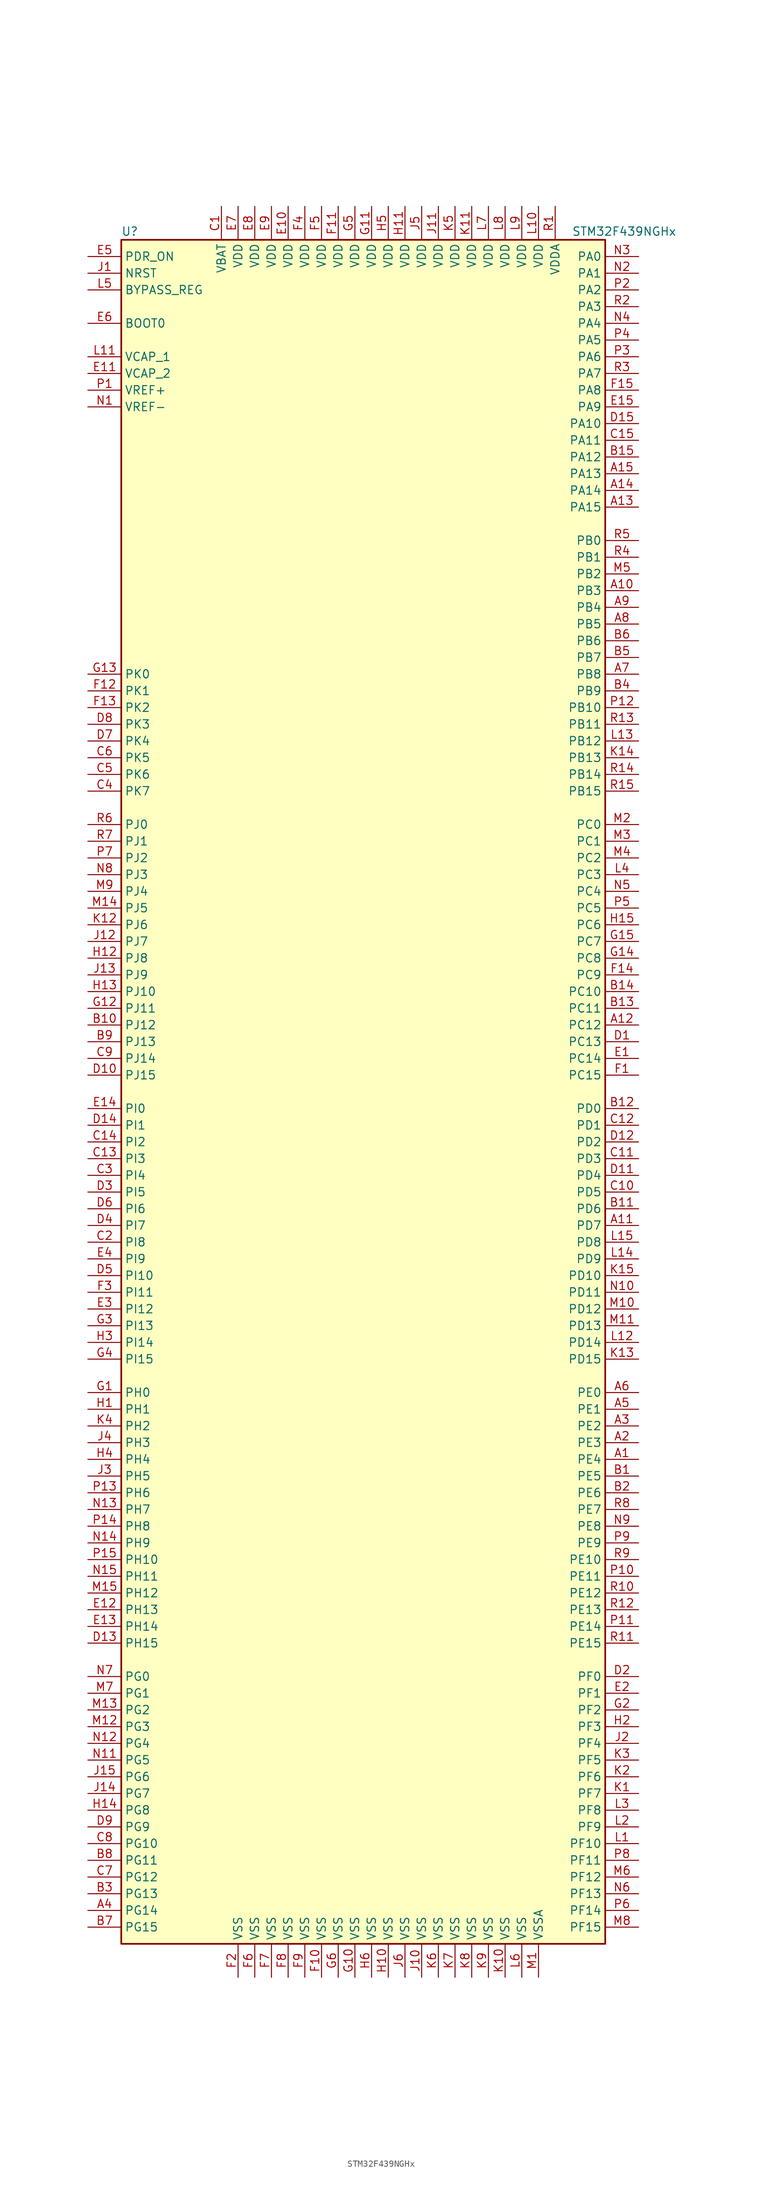
<source format=kicad_sym>
(kicad_symbol_lib
  (version 20201005)
  (generator kicad_symbol_editor)
  (symbol "STM32F439NGHx"
    (property "Reference" "U"
      (at -38.1 130.81 0)
      (effects (font (size 1.27 1.27)) (justify left)))
    (property "Value" "STM32F439NGHx"
      (at 30.48 130.81 0)
      (effects (font (size 1.27 1.27)) (justify left)))
    (symbol "STM32F439NGHx_0_1"
      (rectangle (start -38.1 -129.54) (end 35.56 129.54) (stroke (width 0.254)) (fill (type background))))
    (symbol "STM32F439NGHx_1_1"
      (pin input line (at -43.18 116.84 0) (length 5.08) (name "BOOT0" (effects (font (size 1.27 1.27)))) (number "E6" (effects (font (size 1.27 1.27)))))
      (pin input line (at -43.18 121.92 0) (length 5.08) (name "BYPASS_REG" (effects (font (size 1.27 1.27)))) (number "L5" (effects (font (size 1.27 1.27)))))
      (pin input line (at -43.18 124.46 0) (length 5.08) (name "NRST" (effects (font (size 1.27 1.27)))) (number "J1" (effects (font (size 1.27 1.27)))))
      (pin bidirectional line (at 40.64 127 180) (length 5.08) (name "PA0" (effects (font (size 1.27 1.27)))) (number "N3" (effects (font (size 1.27 1.27)))))
      (pin bidirectional line (at 40.64 124.46 180) (length 5.08) (name "PA1" (effects (font (size 1.27 1.27)))) (number "N2" (effects (font (size 1.27 1.27)))))
      (pin bidirectional line (at 40.64 101.6 180) (length 5.08) (name "PA10" (effects (font (size 1.27 1.27)))) (number "D15" (effects (font (size 1.27 1.27)))))
      (pin bidirectional line (at 40.64 99.06 180) (length 5.08) (name "PA11" (effects (font (size 1.27 1.27)))) (number "C15" (effects (font (size 1.27 1.27)))))
      (pin bidirectional line (at 40.64 96.52 180) (length 5.08) (name "PA12" (effects (font (size 1.27 1.27)))) (number "B15" (effects (font (size 1.27 1.27)))))
      (pin bidirectional line (at 40.64 93.98 180) (length 5.08) (name "PA13" (effects (font (size 1.27 1.27)))) (number "A15" (effects (font (size 1.27 1.27)))))
      (pin bidirectional line (at 40.64 91.44 180) (length 5.08) (name "PA14" (effects (font (size 1.27 1.27)))) (number "A14" (effects (font (size 1.27 1.27)))))
      (pin bidirectional line (at 40.64 88.9 180) (length 5.08) (name "PA15" (effects (font (size 1.27 1.27)))) (number "A13" (effects (font (size 1.27 1.27)))))
      (pin bidirectional line (at 40.64 121.92 180) (length 5.08) (name "PA2" (effects (font (size 1.27 1.27)))) (number "P2" (effects (font (size 1.27 1.27)))))
      (pin bidirectional line (at 40.64 119.38 180) (length 5.08) (name "PA3" (effects (font (size 1.27 1.27)))) (number "R2" (effects (font (size 1.27 1.27)))))
      (pin bidirectional line (at 40.64 116.84 180) (length 5.08) (name "PA4" (effects (font (size 1.27 1.27)))) (number "N4" (effects (font (size 1.27 1.27)))))
      (pin bidirectional line (at 40.64 114.3 180) (length 5.08) (name "PA5" (effects (font (size 1.27 1.27)))) (number "P4" (effects (font (size 1.27 1.27)))))
      (pin bidirectional line (at 40.64 111.76 180) (length 5.08) (name "PA6" (effects (font (size 1.27 1.27)))) (number "P3" (effects (font (size 1.27 1.27)))))
      (pin bidirectional line (at 40.64 109.22 180) (length 5.08) (name "PA7" (effects (font (size 1.27 1.27)))) (number "R3" (effects (font (size 1.27 1.27)))))
      (pin bidirectional line (at 40.64 106.68 180) (length 5.08) (name "PA8" (effects (font (size 1.27 1.27)))) (number "F15" (effects (font (size 1.27 1.27)))))
      (pin bidirectional line (at 40.64 104.14 180) (length 5.08) (name "PA9" (effects (font (size 1.27 1.27)))) (number "E15" (effects (font (size 1.27 1.27)))))
      (pin bidirectional line (at 40.64 83.82 180) (length 5.08) (name "PB0" (effects (font (size 1.27 1.27)))) (number "R5" (effects (font (size 1.27 1.27)))))
      (pin bidirectional line (at 40.64 81.28 180) (length 5.08) (name "PB1" (effects (font (size 1.27 1.27)))) (number "R4" (effects (font (size 1.27 1.27)))))
      (pin bidirectional line (at 40.64 58.42 180) (length 5.08) (name "PB10" (effects (font (size 1.27 1.27)))) (number "P12" (effects (font (size 1.27 1.27)))))
      (pin bidirectional line (at 40.64 55.88 180) (length 5.08) (name "PB11" (effects (font (size 1.27 1.27)))) (number "R13" (effects (font (size 1.27 1.27)))))
      (pin bidirectional line (at 40.64 53.34 180) (length 5.08) (name "PB12" (effects (font (size 1.27 1.27)))) (number "L13" (effects (font (size 1.27 1.27)))))
      (pin bidirectional line (at 40.64 50.8 180) (length 5.08) (name "PB13" (effects (font (size 1.27 1.27)))) (number "K14" (effects (font (size 1.27 1.27)))))
      (pin bidirectional line (at 40.64 48.26 180) (length 5.08) (name "PB14" (effects (font (size 1.27 1.27)))) (number "R14" (effects (font (size 1.27 1.27)))))
      (pin bidirectional line (at 40.64 45.72 180) (length 5.08) (name "PB15" (effects (font (size 1.27 1.27)))) (number "R15" (effects (font (size 1.27 1.27)))))
      (pin bidirectional line (at 40.64 78.74 180) (length 5.08) (name "PB2" (effects (font (size 1.27 1.27)))) (number "M5" (effects (font (size 1.27 1.27)))))
      (pin bidirectional line (at 40.64 76.2 180) (length 5.08) (name "PB3" (effects (font (size 1.27 1.27)))) (number "A10" (effects (font (size 1.27 1.27)))))
      (pin bidirectional line (at 40.64 73.66 180) (length 5.08) (name "PB4" (effects (font (size 1.27 1.27)))) (number "A9" (effects (font (size 1.27 1.27)))))
      (pin bidirectional line (at 40.64 71.12 180) (length 5.08) (name "PB5" (effects (font (size 1.27 1.27)))) (number "A8" (effects (font (size 1.27 1.27)))))
      (pin bidirectional line (at 40.64 68.58 180) (length 5.08) (name "PB6" (effects (font (size 1.27 1.27)))) (number "B6" (effects (font (size 1.27 1.27)))))
      (pin bidirectional line (at 40.64 66.04 180) (length 5.08) (name "PB7" (effects (font (size 1.27 1.27)))) (number "B5" (effects (font (size 1.27 1.27)))))
      (pin bidirectional line (at 40.64 63.5 180) (length 5.08) (name "PB8" (effects (font (size 1.27 1.27)))) (number "A7" (effects (font (size 1.27 1.27)))))
      (pin bidirectional line (at 40.64 60.96 180) (length 5.08) (name "PB9" (effects (font (size 1.27 1.27)))) (number "B4" (effects (font (size 1.27 1.27)))))
      (pin bidirectional line (at 40.64 40.64 180) (length 5.08) (name "PC0" (effects (font (size 1.27 1.27)))) (number "M2" (effects (font (size 1.27 1.27)))))
      (pin bidirectional line (at 40.64 38.1 180) (length 5.08) (name "PC1" (effects (font (size 1.27 1.27)))) (number "M3" (effects (font (size 1.27 1.27)))))
      (pin bidirectional line (at 40.64 15.24 180) (length 5.08) (name "PC10" (effects (font (size 1.27 1.27)))) (number "B14" (effects (font (size 1.27 1.27)))))
      (pin bidirectional line (at 40.64 12.7 180) (length 5.08) (name "PC11" (effects (font (size 1.27 1.27)))) (number "B13" (effects (font (size 1.27 1.27)))))
      (pin bidirectional line (at 40.64 10.16 180) (length 5.08) (name "PC12" (effects (font (size 1.27 1.27)))) (number "A12" (effects (font (size 1.27 1.27)))))
      (pin bidirectional line (at 40.64 7.62 180) (length 5.08) (name "PC13" (effects (font (size 1.27 1.27)))) (number "D1" (effects (font (size 1.27 1.27)))))
      (pin bidirectional line (at 40.64 5.08 180) (length 5.08) (name "PC14" (effects (font (size 1.27 1.27)))) (number "E1" (effects (font (size 1.27 1.27)))))
      (pin bidirectional line (at 40.64 2.54 180) (length 5.08) (name "PC15" (effects (font (size 1.27 1.27)))) (number "F1" (effects (font (size 1.27 1.27)))))
      (pin bidirectional line (at 40.64 35.56 180) (length 5.08) (name "PC2" (effects (font (size 1.27 1.27)))) (number "M4" (effects (font (size 1.27 1.27)))))
      (pin bidirectional line (at 40.64 33.02 180) (length 5.08) (name "PC3" (effects (font (size 1.27 1.27)))) (number "L4" (effects (font (size 1.27 1.27)))))
      (pin bidirectional line (at 40.64 30.48 180) (length 5.08) (name "PC4" (effects (font (size 1.27 1.27)))) (number "N5" (effects (font (size 1.27 1.27)))))
      (pin bidirectional line (at 40.64 27.94 180) (length 5.08) (name "PC5" (effects (font (size 1.27 1.27)))) (number "P5" (effects (font (size 1.27 1.27)))))
      (pin bidirectional line (at 40.64 25.4 180) (length 5.08) (name "PC6" (effects (font (size 1.27 1.27)))) (number "H15" (effects (font (size 1.27 1.27)))))
      (pin bidirectional line (at 40.64 22.86 180) (length 5.08) (name "PC7" (effects (font (size 1.27 1.27)))) (number "G15" (effects (font (size 1.27 1.27)))))
      (pin bidirectional line (at 40.64 20.32 180) (length 5.08) (name "PC8" (effects (font (size 1.27 1.27)))) (number "G14" (effects (font (size 1.27 1.27)))))
      (pin bidirectional line (at 40.64 17.78 180) (length 5.08) (name "PC9" (effects (font (size 1.27 1.27)))) (number "F14" (effects (font (size 1.27 1.27)))))
      (pin bidirectional line (at 40.64 -2.54 180) (length 5.08) (name "PD0" (effects (font (size 1.27 1.27)))) (number "B12" (effects (font (size 1.27 1.27)))))
      (pin bidirectional line (at 40.64 -5.08 180) (length 5.08) (name "PD1" (effects (font (size 1.27 1.27)))) (number "C12" (effects (font (size 1.27 1.27)))))
      (pin bidirectional line (at 40.64 -27.94 180) (length 5.08) (name "PD10" (effects (font (size 1.27 1.27)))) (number "K15" (effects (font (size 1.27 1.27)))))
      (pin bidirectional line (at 40.64 -30.48 180) (length 5.08) (name "PD11" (effects (font (size 1.27 1.27)))) (number "N10" (effects (font (size 1.27 1.27)))))
      (pin bidirectional line (at 40.64 -33.02 180) (length 5.08) (name "PD12" (effects (font (size 1.27 1.27)))) (number "M10" (effects (font (size 1.27 1.27)))))
      (pin bidirectional line (at 40.64 -35.56 180) (length 5.08) (name "PD13" (effects (font (size 1.27 1.27)))) (number "M11" (effects (font (size 1.27 1.27)))))
      (pin bidirectional line (at 40.64 -38.1 180) (length 5.08) (name "PD14" (effects (font (size 1.27 1.27)))) (number "L12" (effects (font (size 1.27 1.27)))))
      (pin bidirectional line (at 40.64 -40.64 180) (length 5.08) (name "PD15" (effects (font (size 1.27 1.27)))) (number "K13" (effects (font (size 1.27 1.27)))))
      (pin bidirectional line (at 40.64 -7.62 180) (length 5.08) (name "PD2" (effects (font (size 1.27 1.27)))) (number "D12" (effects (font (size 1.27 1.27)))))
      (pin bidirectional line (at 40.64 -10.16 180) (length 5.08) (name "PD3" (effects (font (size 1.27 1.27)))) (number "C11" (effects (font (size 1.27 1.27)))))
      (pin bidirectional line (at 40.64 -12.7 180) (length 5.08) (name "PD4" (effects (font (size 1.27 1.27)))) (number "D11" (effects (font (size 1.27 1.27)))))
      (pin bidirectional line (at 40.64 -15.24 180) (length 5.08) (name "PD5" (effects (font (size 1.27 1.27)))) (number "C10" (effects (font (size 1.27 1.27)))))
      (pin bidirectional line (at 40.64 -17.78 180) (length 5.08) (name "PD6" (effects (font (size 1.27 1.27)))) (number "B11" (effects (font (size 1.27 1.27)))))
      (pin bidirectional line (at 40.64 -20.32 180) (length 5.08) (name "PD7" (effects (font (size 1.27 1.27)))) (number "A11" (effects (font (size 1.27 1.27)))))
      (pin bidirectional line (at 40.64 -22.86 180) (length 5.08) (name "PD8" (effects (font (size 1.27 1.27)))) (number "L15" (effects (font (size 1.27 1.27)))))
      (pin bidirectional line (at 40.64 -25.4 180) (length 5.08) (name "PD9" (effects (font (size 1.27 1.27)))) (number "L14" (effects (font (size 1.27 1.27)))))
      (pin input line (at -43.18 127 0) (length 5.08) (name "PDR_ON" (effects (font (size 1.27 1.27)))) (number "E5" (effects (font (size 1.27 1.27)))))
      (pin bidirectional line (at 40.64 -45.72 180) (length 5.08) (name "PE0" (effects (font (size 1.27 1.27)))) (number "A6" (effects (font (size 1.27 1.27)))))
      (pin bidirectional line (at 40.64 -48.26 180) (length 5.08) (name "PE1" (effects (font (size 1.27 1.27)))) (number "A5" (effects (font (size 1.27 1.27)))))
      (pin bidirectional line (at 40.64 -71.12 180) (length 5.08) (name "PE10" (effects (font (size 1.27 1.27)))) (number "R9" (effects (font (size 1.27 1.27)))))
      (pin bidirectional line (at 40.64 -73.66 180) (length 5.08) (name "PE11" (effects (font (size 1.27 1.27)))) (number "P10" (effects (font (size 1.27 1.27)))))
      (pin bidirectional line (at 40.64 -76.2 180) (length 5.08) (name "PE12" (effects (font (size 1.27 1.27)))) (number "R10" (effects (font (size 1.27 1.27)))))
      (pin bidirectional line (at 40.64 -78.74 180) (length 5.08) (name "PE13" (effects (font (size 1.27 1.27)))) (number "R12" (effects (font (size 1.27 1.27)))))
      (pin bidirectional line (at 40.64 -81.28 180) (length 5.08) (name "PE14" (effects (font (size 1.27 1.27)))) (number "P11" (effects (font (size 1.27 1.27)))))
      (pin bidirectional line (at 40.64 -83.82 180) (length 5.08) (name "PE15" (effects (font (size 1.27 1.27)))) (number "R11" (effects (font (size 1.27 1.27)))))
      (pin bidirectional line (at 40.64 -50.8 180) (length 5.08) (name "PE2" (effects (font (size 1.27 1.27)))) (number "A3" (effects (font (size 1.27 1.27)))))
      (pin bidirectional line (at 40.64 -53.34 180) (length 5.08) (name "PE3" (effects (font (size 1.27 1.27)))) (number "A2" (effects (font (size 1.27 1.27)))))
      (pin bidirectional line (at 40.64 -55.88 180) (length 5.08) (name "PE4" (effects (font (size 1.27 1.27)))) (number "A1" (effects (font (size 1.27 1.27)))))
      (pin bidirectional line (at 40.64 -58.42 180) (length 5.08) (name "PE5" (effects (font (size 1.27 1.27)))) (number "B1" (effects (font (size 1.27 1.27)))))
      (pin bidirectional line (at 40.64 -60.96 180) (length 5.08) (name "PE6" (effects (font (size 1.27 1.27)))) (number "B2" (effects (font (size 1.27 1.27)))))
      (pin bidirectional line (at 40.64 -63.5 180) (length 5.08) (name "PE7" (effects (font (size 1.27 1.27)))) (number "R8" (effects (font (size 1.27 1.27)))))
      (pin bidirectional line (at 40.64 -66.04 180) (length 5.08) (name "PE8" (effects (font (size 1.27 1.27)))) (number "N9" (effects (font (size 1.27 1.27)))))
      (pin bidirectional line (at 40.64 -68.58 180) (length 5.08) (name "PE9" (effects (font (size 1.27 1.27)))) (number "P9" (effects (font (size 1.27 1.27)))))
      (pin bidirectional line (at 40.64 -88.9 180) (length 5.08) (name "PF0" (effects (font (size 1.27 1.27)))) (number "D2" (effects (font (size 1.27 1.27)))))
      (pin bidirectional line (at 40.64 -91.44 180) (length 5.08) (name "PF1" (effects (font (size 1.27 1.27)))) (number "E2" (effects (font (size 1.27 1.27)))))
      (pin bidirectional line (at 40.64 -114.3 180) (length 5.08) (name "PF10" (effects (font (size 1.27 1.27)))) (number "L1" (effects (font (size 1.27 1.27)))))
      (pin bidirectional line (at 40.64 -116.84 180) (length 5.08) (name "PF11" (effects (font (size 1.27 1.27)))) (number "P8" (effects (font (size 1.27 1.27)))))
      (pin bidirectional line (at 40.64 -119.38 180) (length 5.08) (name "PF12" (effects (font (size 1.27 1.27)))) (number "M6" (effects (font (size 1.27 1.27)))))
      (pin bidirectional line (at 40.64 -121.92 180) (length 5.08) (name "PF13" (effects (font (size 1.27 1.27)))) (number "N6" (effects (font (size 1.27 1.27)))))
      (pin bidirectional line (at 40.64 -124.46 180) (length 5.08) (name "PF14" (effects (font (size 1.27 1.27)))) (number "P6" (effects (font (size 1.27 1.27)))))
      (pin bidirectional line (at 40.64 -127 180) (length 5.08) (name "PF15" (effects (font (size 1.27 1.27)))) (number "M8" (effects (font (size 1.27 1.27)))))
      (pin bidirectional line (at 40.64 -93.98 180) (length 5.08) (name "PF2" (effects (font (size 1.27 1.27)))) (number "G2" (effects (font (size 1.27 1.27)))))
      (pin bidirectional line (at 40.64 -96.52 180) (length 5.08) (name "PF3" (effects (font (size 1.27 1.27)))) (number "H2" (effects (font (size 1.27 1.27)))))
      (pin bidirectional line (at 40.64 -99.06 180) (length 5.08) (name "PF4" (effects (font (size 1.27 1.27)))) (number "J2" (effects (font (size 1.27 1.27)))))
      (pin bidirectional line (at 40.64 -101.6 180) (length 5.08) (name "PF5" (effects (font (size 1.27 1.27)))) (number "K3" (effects (font (size 1.27 1.27)))))
      (pin bidirectional line (at 40.64 -104.14 180) (length 5.08) (name "PF6" (effects (font (size 1.27 1.27)))) (number "K2" (effects (font (size 1.27 1.27)))))
      (pin bidirectional line (at 40.64 -106.68 180) (length 5.08) (name "PF7" (effects (font (size 1.27 1.27)))) (number "K1" (effects (font (size 1.27 1.27)))))
      (pin bidirectional line (at 40.64 -109.22 180) (length 5.08) (name "PF8" (effects (font (size 1.27 1.27)))) (number "L3" (effects (font (size 1.27 1.27)))))
      (pin bidirectional line (at 40.64 -111.76 180) (length 5.08) (name "PF9" (effects (font (size 1.27 1.27)))) (number "L2" (effects (font (size 1.27 1.27)))))
      (pin bidirectional line (at -43.18 -88.9 0) (length 5.08) (name "PG0" (effects (font (size 1.27 1.27)))) (number "N7" (effects (font (size 1.27 1.27)))))
      (pin bidirectional line (at -43.18 -91.44 0) (length 5.08) (name "PG1" (effects (font (size 1.27 1.27)))) (number "M7" (effects (font (size 1.27 1.27)))))
      (pin bidirectional line (at -43.18 -114.3 0) (length 5.08) (name "PG10" (effects (font (size 1.27 1.27)))) (number "C8" (effects (font (size 1.27 1.27)))))
      (pin bidirectional line (at -43.18 -116.84 0) (length 5.08) (name "PG11" (effects (font (size 1.27 1.27)))) (number "B8" (effects (font (size 1.27 1.27)))))
      (pin bidirectional line (at -43.18 -119.38 0) (length 5.08) (name "PG12" (effects (font (size 1.27 1.27)))) (number "C7" (effects (font (size 1.27 1.27)))))
      (pin bidirectional line (at -43.18 -121.92 0) (length 5.08) (name "PG13" (effects (font (size 1.27 1.27)))) (number "B3" (effects (font (size 1.27 1.27)))))
      (pin bidirectional line (at -43.18 -124.46 0) (length 5.08) (name "PG14" (effects (font (size 1.27 1.27)))) (number "A4" (effects (font (size 1.27 1.27)))))
      (pin bidirectional line (at -43.18 -127 0) (length 5.08) (name "PG15" (effects (font (size 1.27 1.27)))) (number "B7" (effects (font (size 1.27 1.27)))))
      (pin bidirectional line (at -43.18 -93.98 0) (length 5.08) (name "PG2" (effects (font (size 1.27 1.27)))) (number "M13" (effects (font (size 1.27 1.27)))))
      (pin bidirectional line (at -43.18 -96.52 0) (length 5.08) (name "PG3" (effects (font (size 1.27 1.27)))) (number "M12" (effects (font (size 1.27 1.27)))))
      (pin bidirectional line (at -43.18 -99.06 0) (length 5.08) (name "PG4" (effects (font (size 1.27 1.27)))) (number "N12" (effects (font (size 1.27 1.27)))))
      (pin bidirectional line (at -43.18 -101.6 0) (length 5.08) (name "PG5" (effects (font (size 1.27 1.27)))) (number "N11" (effects (font (size 1.27 1.27)))))
      (pin bidirectional line (at -43.18 -104.14 0) (length 5.08) (name "PG6" (effects (font (size 1.27 1.27)))) (number "J15" (effects (font (size 1.27 1.27)))))
      (pin bidirectional line (at -43.18 -106.68 0) (length 5.08) (name "PG7" (effects (font (size 1.27 1.27)))) (number "J14" (effects (font (size 1.27 1.27)))))
      (pin bidirectional line (at -43.18 -109.22 0) (length 5.08) (name "PG8" (effects (font (size 1.27 1.27)))) (number "H14" (effects (font (size 1.27 1.27)))))
      (pin bidirectional line (at -43.18 -111.76 0) (length 5.08) (name "PG9" (effects (font (size 1.27 1.27)))) (number "D9" (effects (font (size 1.27 1.27)))))
      (pin input line (at -43.18 -45.72 0) (length 5.08) (name "PH0" (effects (font (size 1.27 1.27)))) (number "G1" (effects (font (size 1.27 1.27)))))
      (pin input line (at -43.18 -48.26 0) (length 5.08) (name "PH1" (effects (font (size 1.27 1.27)))) (number "H1" (effects (font (size 1.27 1.27)))))
      (pin bidirectional line (at -43.18 -71.12 0) (length 5.08) (name "PH10" (effects (font (size 1.27 1.27)))) (number "P15" (effects (font (size 1.27 1.27)))))
      (pin bidirectional line (at -43.18 -73.66 0) (length 5.08) (name "PH11" (effects (font (size 1.27 1.27)))) (number "N15" (effects (font (size 1.27 1.27)))))
      (pin bidirectional line (at -43.18 -76.2 0) (length 5.08) (name "PH12" (effects (font (size 1.27 1.27)))) (number "M15" (effects (font (size 1.27 1.27)))))
      (pin bidirectional line (at -43.18 -78.74 0) (length 5.08) (name "PH13" (effects (font (size 1.27 1.27)))) (number "E12" (effects (font (size 1.27 1.27)))))
      (pin bidirectional line (at -43.18 -81.28 0) (length 5.08) (name "PH14" (effects (font (size 1.27 1.27)))) (number "E13" (effects (font (size 1.27 1.27)))))
      (pin bidirectional line (at -43.18 -83.82 0) (length 5.08) (name "PH15" (effects (font (size 1.27 1.27)))) (number "D13" (effects (font (size 1.27 1.27)))))
      (pin bidirectional line (at -43.18 -50.8 0) (length 5.08) (name "PH2" (effects (font (size 1.27 1.27)))) (number "K4" (effects (font (size 1.27 1.27)))))
      (pin bidirectional line (at -43.18 -53.34 0) (length 5.08) (name "PH3" (effects (font (size 1.27 1.27)))) (number "J4" (effects (font (size 1.27 1.27)))))
      (pin bidirectional line (at -43.18 -55.88 0) (length 5.08) (name "PH4" (effects (font (size 1.27 1.27)))) (number "H4" (effects (font (size 1.27 1.27)))))
      (pin bidirectional line (at -43.18 -58.42 0) (length 5.08) (name "PH5" (effects (font (size 1.27 1.27)))) (number "J3" (effects (font (size 1.27 1.27)))))
      (pin bidirectional line (at -43.18 -60.96 0) (length 5.08) (name "PH6" (effects (font (size 1.27 1.27)))) (number "P13" (effects (font (size 1.27 1.27)))))
      (pin bidirectional line (at -43.18 -63.5 0) (length 5.08) (name "PH7" (effects (font (size 1.27 1.27)))) (number "N13" (effects (font (size 1.27 1.27)))))
      (pin bidirectional line (at -43.18 -66.04 0) (length 5.08) (name "PH8" (effects (font (size 1.27 1.27)))) (number "P14" (effects (font (size 1.27 1.27)))))
      (pin bidirectional line (at -43.18 -68.58 0) (length 5.08) (name "PH9" (effects (font (size 1.27 1.27)))) (number "N14" (effects (font (size 1.27 1.27)))))
      (pin bidirectional line (at -43.18 -2.54 0) (length 5.08) (name "PI0" (effects (font (size 1.27 1.27)))) (number "E14" (effects (font (size 1.27 1.27)))))
      (pin bidirectional line (at -43.18 -5.08 0) (length 5.08) (name "PI1" (effects (font (size 1.27 1.27)))) (number "D14" (effects (font (size 1.27 1.27)))))
      (pin bidirectional line (at -43.18 -27.94 0) (length 5.08) (name "PI10" (effects (font (size 1.27 1.27)))) (number "D5" (effects (font (size 1.27 1.27)))))
      (pin bidirectional line (at -43.18 -30.48 0) (length 5.08) (name "PI11" (effects (font (size 1.27 1.27)))) (number "F3" (effects (font (size 1.27 1.27)))))
      (pin bidirectional line (at -43.18 -33.02 0) (length 5.08) (name "PI12" (effects (font (size 1.27 1.27)))) (number "E3" (effects (font (size 1.27 1.27)))))
      (pin bidirectional line (at -43.18 -35.56 0) (length 5.08) (name "PI13" (effects (font (size 1.27 1.27)))) (number "G3" (effects (font (size 1.27 1.27)))))
      (pin bidirectional line (at -43.18 -38.1 0) (length 5.08) (name "PI14" (effects (font (size 1.27 1.27)))) (number "H3" (effects (font (size 1.27 1.27)))))
      (pin bidirectional line (at -43.18 -40.64 0) (length 5.08) (name "PI15" (effects (font (size 1.27 1.27)))) (number "G4" (effects (font (size 1.27 1.27)))))
      (pin bidirectional line (at -43.18 -7.62 0) (length 5.08) (name "PI2" (effects (font (size 1.27 1.27)))) (number "C14" (effects (font (size 1.27 1.27)))))
      (pin bidirectional line (at -43.18 -10.16 0) (length 5.08) (name "PI3" (effects (font (size 1.27 1.27)))) (number "C13" (effects (font (size 1.27 1.27)))))
      (pin bidirectional line (at -43.18 -12.7 0) (length 5.08) (name "PI4" (effects (font (size 1.27 1.27)))) (number "C3" (effects (font (size 1.27 1.27)))))
      (pin bidirectional line (at -43.18 -15.24 0) (length 5.08) (name "PI5" (effects (font (size 1.27 1.27)))) (number "D3" (effects (font (size 1.27 1.27)))))
      (pin bidirectional line (at -43.18 -17.78 0) (length 5.08) (name "PI6" (effects (font (size 1.27 1.27)))) (number "D6" (effects (font (size 1.27 1.27)))))
      (pin bidirectional line (at -43.18 -20.32 0) (length 5.08) (name "PI7" (effects (font (size 1.27 1.27)))) (number "D4" (effects (font (size 1.27 1.27)))))
      (pin bidirectional line (at -43.18 -22.86 0) (length 5.08) (name "PI8" (effects (font (size 1.27 1.27)))) (number "C2" (effects (font (size 1.27 1.27)))))
      (pin bidirectional line (at -43.18 -25.4 0) (length 5.08) (name "PI9" (effects (font (size 1.27 1.27)))) (number "E4" (effects (font (size 1.27 1.27)))))
      (pin bidirectional line (at -43.18 40.64 0) (length 5.08) (name "PJ0" (effects (font (size 1.27 1.27)))) (number "R6" (effects (font (size 1.27 1.27)))))
      (pin bidirectional line (at -43.18 38.1 0) (length 5.08) (name "PJ1" (effects (font (size 1.27 1.27)))) (number "R7" (effects (font (size 1.27 1.27)))))
      (pin bidirectional line (at -43.18 15.24 0) (length 5.08) (name "PJ10" (effects (font (size 1.27 1.27)))) (number "H13" (effects (font (size 1.27 1.27)))))
      (pin bidirectional line (at -43.18 12.7 0) (length 5.08) (name "PJ11" (effects (font (size 1.27 1.27)))) (number "G12" (effects (font (size 1.27 1.27)))))
      (pin bidirectional line (at -43.18 10.16 0) (length 5.08) (name "PJ12" (effects (font (size 1.27 1.27)))) (number "B10" (effects (font (size 1.27 1.27)))))
      (pin bidirectional line (at -43.18 7.62 0) (length 5.08) (name "PJ13" (effects (font (size 1.27 1.27)))) (number "B9" (effects (font (size 1.27 1.27)))))
      (pin bidirectional line (at -43.18 5.08 0) (length 5.08) (name "PJ14" (effects (font (size 1.27 1.27)))) (number "C9" (effects (font (size 1.27 1.27)))))
      (pin bidirectional line (at -43.18 2.54 0) (length 5.08) (name "PJ15" (effects (font (size 1.27 1.27)))) (number "D10" (effects (font (size 1.27 1.27)))))
      (pin bidirectional line (at -43.18 35.56 0) (length 5.08) (name "PJ2" (effects (font (size 1.27 1.27)))) (number "P7" (effects (font (size 1.27 1.27)))))
      (pin bidirectional line (at -43.18 33.02 0) (length 5.08) (name "PJ3" (effects (font (size 1.27 1.27)))) (number "N8" (effects (font (size 1.27 1.27)))))
      (pin bidirectional line (at -43.18 30.48 0) (length 5.08) (name "PJ4" (effects (font (size 1.27 1.27)))) (number "M9" (effects (font (size 1.27 1.27)))))
      (pin bidirectional line (at -43.18 27.94 0) (length 5.08) (name "PJ5" (effects (font (size 1.27 1.27)))) (number "M14" (effects (font (size 1.27 1.27)))))
      (pin bidirectional line (at -43.18 25.4 0) (length 5.08) (name "PJ6" (effects (font (size 1.27 1.27)))) (number "K12" (effects (font (size 1.27 1.27)))))
      (pin bidirectional line (at -43.18 22.86 0) (length 5.08) (name "PJ7" (effects (font (size 1.27 1.27)))) (number "J12" (effects (font (size 1.27 1.27)))))
      (pin bidirectional line (at -43.18 20.32 0) (length 5.08) (name "PJ8" (effects (font (size 1.27 1.27)))) (number "H12" (effects (font (size 1.27 1.27)))))
      (pin bidirectional line (at -43.18 17.78 0) (length 5.08) (name "PJ9" (effects (font (size 1.27 1.27)))) (number "J13" (effects (font (size 1.27 1.27)))))
      (pin bidirectional line (at -43.18 63.5 0) (length 5.08) (name "PK0" (effects (font (size 1.27 1.27)))) (number "G13" (effects (font (size 1.27 1.27)))))
      (pin bidirectional line (at -43.18 60.96 0) (length 5.08) (name "PK1" (effects (font (size 1.27 1.27)))) (number "F12" (effects (font (size 1.27 1.27)))))
      (pin bidirectional line (at -43.18 58.42 0) (length 5.08) (name "PK2" (effects (font (size 1.27 1.27)))) (number "F13" (effects (font (size 1.27 1.27)))))
      (pin bidirectional line (at -43.18 55.88 0) (length 5.08) (name "PK3" (effects (font (size 1.27 1.27)))) (number "D8" (effects (font (size 1.27 1.27)))))
      (pin bidirectional line (at -43.18 53.34 0) (length 5.08) (name "PK4" (effects (font (size 1.27 1.27)))) (number "D7" (effects (font (size 1.27 1.27)))))
      (pin bidirectional line (at -43.18 50.8 0) (length 5.08) (name "PK5" (effects (font (size 1.27 1.27)))) (number "C6" (effects (font (size 1.27 1.27)))))
      (pin bidirectional line (at -43.18 48.26 0) (length 5.08) (name "PK6" (effects (font (size 1.27 1.27)))) (number "C5" (effects (font (size 1.27 1.27)))))
      (pin bidirectional line (at -43.18 45.72 0) (length 5.08) (name "PK7" (effects (font (size 1.27 1.27)))) (number "C4" (effects (font (size 1.27 1.27)))))
      (pin power_in line (at -22.86 134.62 270) (length 5.08) (name "VBAT" (effects (font (size 1.27 1.27)))) (number "C1" (effects (font (size 1.27 1.27)))))
      (pin power_in line (at -43.18 111.76 0) (length 5.08) (name "VCAP_1" (effects (font (size 1.27 1.27)))) (number "L11" (effects (font (size 1.27 1.27)))))
      (pin power_in line (at -43.18 109.22 0) (length 5.08) (name "VCAP_2" (effects (font (size 1.27 1.27)))) (number "E11" (effects (font (size 1.27 1.27)))))
      (pin power_in line (at -12.7 134.62 270) (length 5.08) (name "VDD" (effects (font (size 1.27 1.27)))) (number "E10" (effects (font (size 1.27 1.27)))))
      (pin power_in line (at -20.32 134.62 270) (length 5.08) (name "VDD" (effects (font (size 1.27 1.27)))) (number "E7" (effects (font (size 1.27 1.27)))))
      (pin power_in line (at -17.78 134.62 270) (length 5.08) (name "VDD" (effects (font (size 1.27 1.27)))) (number "E8" (effects (font (size 1.27 1.27)))))
      (pin power_in line (at -15.24 134.62 270) (length 5.08) (name "VDD" (effects (font (size 1.27 1.27)))) (number "E9" (effects (font (size 1.27 1.27)))))
      (pin power_in line (at -5.08 134.62 270) (length 5.08) (name "VDD" (effects (font (size 1.27 1.27)))) (number "F11" (effects (font (size 1.27 1.27)))))
      (pin power_in line (at -10.16 134.62 270) (length 5.08) (name "VDD" (effects (font (size 1.27 1.27)))) (number "F4" (effects (font (size 1.27 1.27)))))
      (pin power_in line (at -7.62 134.62 270) (length 5.08) (name "VDD" (effects (font (size 1.27 1.27)))) (number "F5" (effects (font (size 1.27 1.27)))))
      (pin power_in line (at 0 134.62 270) (length 5.08) (name "VDD" (effects (font (size 1.27 1.27)))) (number "G11" (effects (font (size 1.27 1.27)))))
      (pin power_in line (at -2.54 134.62 270) (length 5.08) (name "VDD" (effects (font (size 1.27 1.27)))) (number "G5" (effects (font (size 1.27 1.27)))))
      (pin power_in line (at 5.08 134.62 270) (length 5.08) (name "VDD" (effects (font (size 1.27 1.27)))) (number "H11" (effects (font (size 1.27 1.27)))))
      (pin power_in line (at 2.54 134.62 270) (length 5.08) (name "VDD" (effects (font (size 1.27 1.27)))) (number "H5" (effects (font (size 1.27 1.27)))))
      (pin power_in line (at 10.16 134.62 270) (length 5.08) (name "VDD" (effects (font (size 1.27 1.27)))) (number "J11" (effects (font (size 1.27 1.27)))))
      (pin power_in line (at 7.62 134.62 270) (length 5.08) (name "VDD" (effects (font (size 1.27 1.27)))) (number "J5" (effects (font (size 1.27 1.27)))))
      (pin power_in line (at 15.24 134.62 270) (length 5.08) (name "VDD" (effects (font (size 1.27 1.27)))) (number "K11" (effects (font (size 1.27 1.27)))))
      (pin power_in line (at 12.7 134.62 270) (length 5.08) (name "VDD" (effects (font (size 1.27 1.27)))) (number "K5" (effects (font (size 1.27 1.27)))))
      (pin power_in line (at 25.4 134.62 270) (length 5.08) (name "VDD" (effects (font (size 1.27 1.27)))) (number "L10" (effects (font (size 1.27 1.27)))))
      (pin power_in line (at 17.78 134.62 270) (length 5.08) (name "VDD" (effects (font (size 1.27 1.27)))) (number "L7" (effects (font (size 1.27 1.27)))))
      (pin power_in line (at 20.32 134.62 270) (length 5.08) (name "VDD" (effects (font (size 1.27 1.27)))) (number "L8" (effects (font (size 1.27 1.27)))))
      (pin power_in line (at 22.86 134.62 270) (length 5.08) (name "VDD" (effects (font (size 1.27 1.27)))) (number "L9" (effects (font (size 1.27 1.27)))))
      (pin power_in line (at 27.94 134.62 270) (length 5.08) (name "VDDA" (effects (font (size 1.27 1.27)))) (number "R1" (effects (font (size 1.27 1.27)))))
      (pin power_in line (at -43.18 106.68 0) (length 5.08) (name "VREF+" (effects (font (size 1.27 1.27)))) (number "P1" (effects (font (size 1.27 1.27)))))
      (pin power_in line (at -43.18 104.14 0) (length 5.08) (name "VREF-" (effects (font (size 1.27 1.27)))) (number "N1" (effects (font (size 1.27 1.27)))))
      (pin power_in line (at -7.62 -134.62 90) (length 5.08) (name "VSS" (effects (font (size 1.27 1.27)))) (number "F10" (effects (font (size 1.27 1.27)))))
      (pin power_in line (at -20.32 -134.62 90) (length 5.08) (name "VSS" (effects (font (size 1.27 1.27)))) (number "F2" (effects (font (size 1.27 1.27)))))
      (pin power_in line (at -17.78 -134.62 90) (length 5.08) (name "VSS" (effects (font (size 1.27 1.27)))) (number "F6" (effects (font (size 1.27 1.27)))))
      (pin power_in line (at -15.24 -134.62 90) (length 5.08) (name "VSS" (effects (font (size 1.27 1.27)))) (number "F7" (effects (font (size 1.27 1.27)))))
      (pin power_in line (at -12.7 -134.62 90) (length 5.08) (name "VSS" (effects (font (size 1.27 1.27)))) (number "F8" (effects (font (size 1.27 1.27)))))
      (pin power_in line (at -10.16 -134.62 90) (length 5.08) (name "VSS" (effects (font (size 1.27 1.27)))) (number "F9" (effects (font (size 1.27 1.27)))))
      (pin power_in line (at -2.54 -134.62 90) (length 5.08) (name "VSS" (effects (font (size 1.27 1.27)))) (number "G10" (effects (font (size 1.27 1.27)))))
      (pin power_in line (at -5.08 -134.62 90) (length 5.08) (name "VSS" (effects (font (size 1.27 1.27)))) (number "G6" (effects (font (size 1.27 1.27)))))
      (pin power_in line (at 2.54 -134.62 90) (length 5.08) (name "VSS" (effects (font (size 1.27 1.27)))) (number "H10" (effects (font (size 1.27 1.27)))))
      (pin power_in line (at 0 -134.62 90) (length 5.08) (name "VSS" (effects (font (size 1.27 1.27)))) (number "H6" (effects (font (size 1.27 1.27)))))
      (pin power_in line (at 7.62 -134.62 90) (length 5.08) (name "VSS" (effects (font (size 1.27 1.27)))) (number "J10" (effects (font (size 1.27 1.27)))))
      (pin power_in line (at 5.08 -134.62 90) (length 5.08) (name "VSS" (effects (font (size 1.27 1.27)))) (number "J6" (effects (font (size 1.27 1.27)))))
      (pin power_in line (at 20.32 -134.62 90) (length 5.08) (name "VSS" (effects (font (size 1.27 1.27)))) (number "K10" (effects (font (size 1.27 1.27)))))
      (pin power_in line (at 10.16 -134.62 90) (length 5.08) (name "VSS" (effects (font (size 1.27 1.27)))) (number "K6" (effects (font (size 1.27 1.27)))))
      (pin power_in line (at 12.7 -134.62 90) (length 5.08) (name "VSS" (effects (font (size 1.27 1.27)))) (number "K7" (effects (font (size 1.27 1.27)))))
      (pin power_in line (at 15.24 -134.62 90) (length 5.08) (name "VSS" (effects (font (size 1.27 1.27)))) (number "K8" (effects (font (size 1.27 1.27)))))
      (pin power_in line (at 17.78 -134.62 90) (length 5.08) (name "VSS" (effects (font (size 1.27 1.27)))) (number "K9" (effects (font (size 1.27 1.27)))))
      (pin power_in line (at 22.86 -134.62 90) (length 5.08) (name "VSS" (effects (font (size 1.27 1.27)))) (number "L6" (effects (font (size 1.27 1.27)))))
      (pin power_in line (at 25.4 -134.62 90) (length 5.08) (name "VSSA" (effects (font (size 1.27 1.27)))) (number "M1" (effects (font (size 1.27 1.27))))))))
</source>
